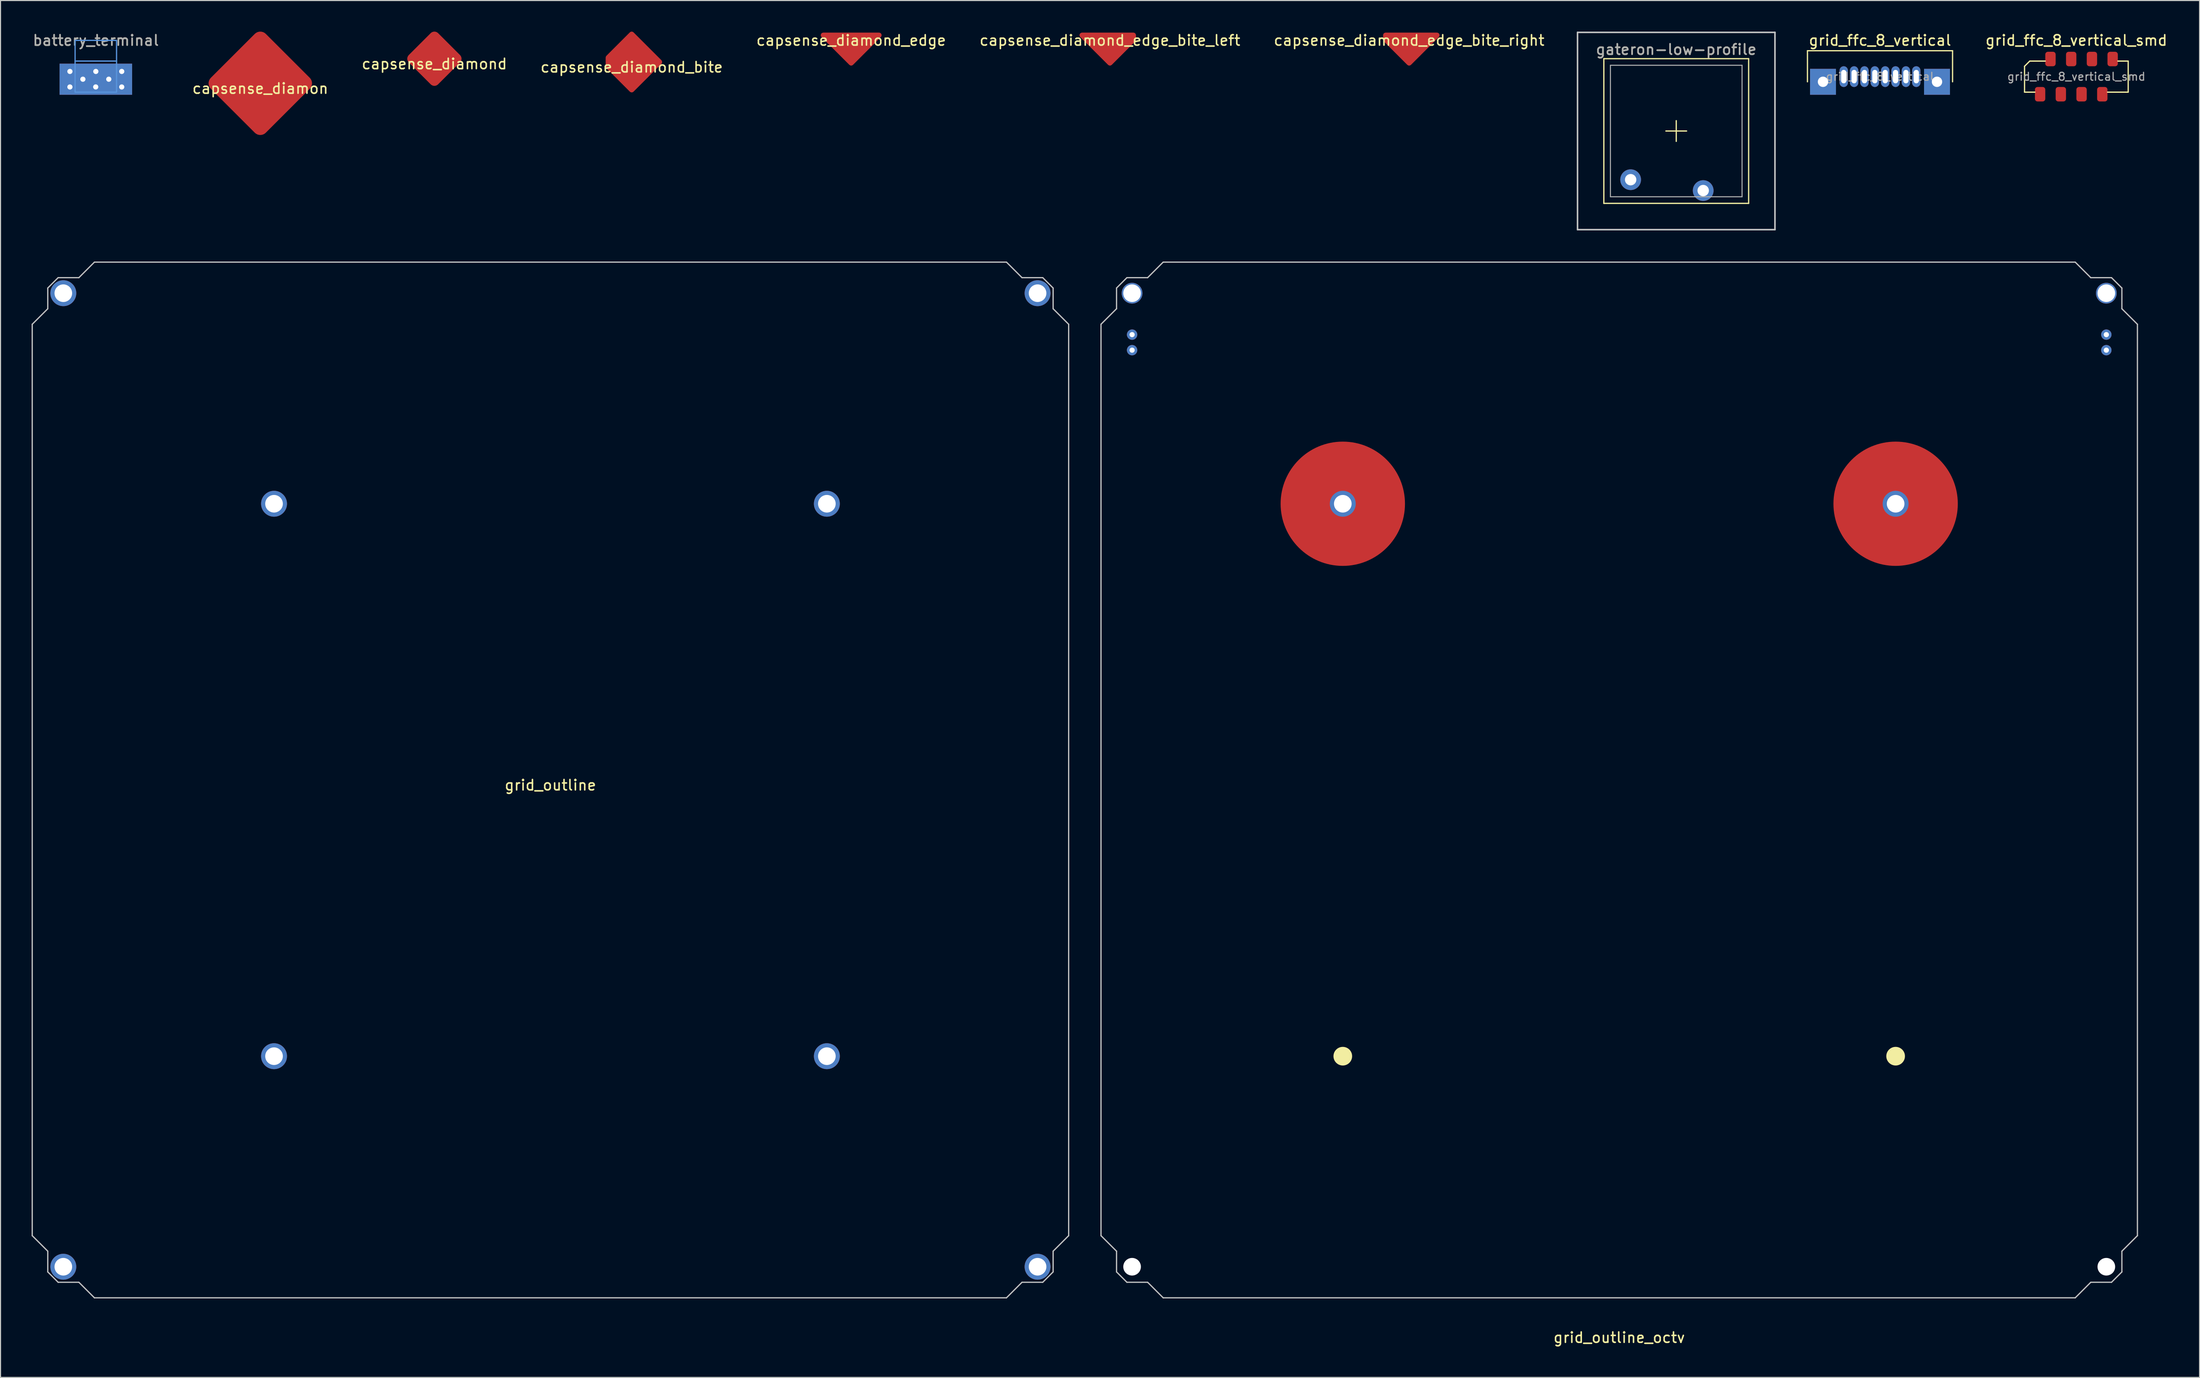
<source format=kicad_pcb>
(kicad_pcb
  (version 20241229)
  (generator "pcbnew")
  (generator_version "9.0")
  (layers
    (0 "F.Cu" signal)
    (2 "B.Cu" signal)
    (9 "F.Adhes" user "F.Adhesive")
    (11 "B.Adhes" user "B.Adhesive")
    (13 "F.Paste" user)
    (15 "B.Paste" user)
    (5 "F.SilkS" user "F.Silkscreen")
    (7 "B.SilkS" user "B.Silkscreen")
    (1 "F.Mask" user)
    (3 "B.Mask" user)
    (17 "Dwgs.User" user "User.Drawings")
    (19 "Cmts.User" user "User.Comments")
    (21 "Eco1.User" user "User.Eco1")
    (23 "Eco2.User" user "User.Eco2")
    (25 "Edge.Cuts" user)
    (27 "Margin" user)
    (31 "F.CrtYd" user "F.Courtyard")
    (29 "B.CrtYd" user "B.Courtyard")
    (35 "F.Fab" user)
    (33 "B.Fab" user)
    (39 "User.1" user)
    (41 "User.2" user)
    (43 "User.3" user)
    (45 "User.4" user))
  (footprint "grid_outline"
    (layer "F.Cu")
    (at 50.06 72.26)
    (property "Reference" "grid_outline" (at 0 0.5 0) (layer "F.SilkS") (effects (font (size 1 1) (thickness 0.15))))
    (attr through_hole)
    (fp_line (start -50 -44) (end -48.5 -45.5) (stroke (width 0.12) (type solid)) (layer "Dwgs.User"))
    (fp_line (start -50 44) (end -50 -44) (stroke (width 0.12) (type solid)) (layer "Dwgs.User"))
    (fp_line (start -48.5 -47.5) (end -47.5 -48.5) (stroke (width 0.12) (type solid)) (layer "Dwgs.User"))
    (fp_line (start -48.5 -45.5) (end -48.5 -47.5) (stroke (width 0.12) (type solid)) (layer "Dwgs.User"))
    (fp_line (start -48.5 45.5) (end -50 44) (stroke (width 0.12) (type solid)) (layer "Dwgs.User"))
    (fp_line (start -48.5 47.5) (end -48.5 45.5) (stroke (width 0.12) (type solid)) (layer "Dwgs.User"))
    (fp_line (start -47.5 -48.5) (end -45.5 -48.5) (stroke (width 0.12) (type solid)) (layer "Dwgs.User"))
    (fp_line (start -47.5 48.5) (end -48.5 47.5) (stroke (width 0.12) (type solid)) (layer "Dwgs.User"))
    (fp_line (start -45.5 -48.5) (end -44 -50) (stroke (width 0.12) (type solid)) (layer "Dwgs.User"))
    (fp_line (start -45.5 48.5) (end -47.5 48.5) (stroke (width 0.12) (type solid)) (layer "Dwgs.User"))
    (fp_line (start -44 -50) (end 44 -50) (stroke (width 0.12) (type solid)) (layer "Dwgs.User"))
    (fp_line (start -44 50) (end -45.5 48.5) (stroke (width 0.12) (type solid)) (layer "Dwgs.User"))
    (fp_line (start 44 -50) (end 45.5 -48.5) (stroke (width 0.12) (type solid)) (layer "Dwgs.User"))
    (fp_line (start 44 50) (end -44 50) (stroke (width 0.12) (type solid)) (layer "Dwgs.User"))
    (fp_line (start 45.5 -48.5) (end 47.5 -48.5) (stroke (width 0.12) (type solid)) (layer "Dwgs.User"))
    (fp_line (start 45.5 48.5) (end 44 50) (stroke (width 0.12) (type solid)) (layer "Dwgs.User"))
    (fp_line (start 47.5 -48.5) (end 48.5 -47.5) (stroke (width 0.12) (type solid)) (layer "Dwgs.User"))
    (fp_line (start 47.5 48.5) (end 45.5 48.5) (stroke (width 0.12) (type solid)) (layer "Dwgs.User"))
    (fp_line (start 48.5 -47.5) (end 48.5 -45.5) (stroke (width 0.12) (type solid)) (layer "Dwgs.User"))
    (fp_line (start 48.5 -45.5) (end 50 -44) (stroke (width 0.12) (type solid)) (layer "Dwgs.User"))
    (fp_line (start 48.5 45.5) (end 48.5 47.5) (stroke (width 0.12) (type solid)) (layer "Dwgs.User"))
    (fp_line (start 48.5 47.5) (end 47.5 48.5) (stroke (width 0.12) (type solid)) (layer "Dwgs.User"))
    (fp_line (start 50 -44) (end 50 44) (stroke (width 0.12) (type solid)) (layer "Dwgs.User"))
    (fp_line (start 50 44) (end 48.5 45.5) (stroke (width 0.12) (type solid)) (layer "Dwgs.User"))
    (pad "1" thru_hole circle (at -47 -47) (size 2.5 2.5) (drill 1.7) (layers "*.Cu" "*.Mask"))
    (pad "2" thru_hole circle (at 47 -47) (size 2.5 2.5) (drill 1.7) (layers "*.Cu" "*.Mask"))
    (pad "3" thru_hole circle (at 47 47) (size 2.5 2.5) (drill 1.7) (layers "*.Cu" "*.Mask"))
    (pad "4" thru_hole circle (at -47 47) (size 2.5 2.5) (drill 1.7) (layers "*.Cu" "*.Mask"))
    (pad "5" thru_hole circle (at -26.67 -26.67) (size 2.5 2.5) (drill 1.7) (layers "*.Cu" "*.Mask"))
    (pad "6" thru_hole circle (at 26.67 -26.67) (size 2.5 2.5) (drill 1.7) (layers "*.Cu" "*.Mask"))
    (pad "7" thru_hole circle (at 26.67 26.67) (size 2.5 2.5) (drill 1.7) (layers "*.Cu" "*.Mask"))
    (pad "8" thru_hole circle (at -26.67 26.67) (size 2.5 2.5) (drill 1.7) (layers "*.Cu" "*.Mask")))
  (footprint "capsense_diamond_bite"
    (layer "F.Cu")
    (at 57.899 2.937)
    (property "Reference" "capsense_diamond_bite" (at 0 0.5 0) (layer "F.SilkS") (effects (font (size 1 1) (thickness 0.15))))
    (attr through_hole)
    (pad "1" smd custom (at 0 0 45) (size 0.25 0.25) (layers "F.Cu") (options (anchor rect)) (primitives (gr_poly (pts (xy -1.9 -1.3) (xy -1.3 -1.9) (xy 1.9 -1.9) (xy 1.9 1.9) (xy -1.9 1.9)) (width 0.5) (fill yes)))))
  (footprint "capsense_diamond_edge"
    (layer "F.Cu")
    (at 79.077 0.348)
    (property "Reference" "capsense_diamond_edge" (at 0 0.5 0) (layer "F.SilkS") (effects (font (size 1 1) (thickness 0.15))))
    (attr through_hole)
    (pad "1" smd custom (at 0 0 315) (size 0.25 0.25) (layers "F.Cu") (options (anchor rect)) (primitives (gr_poly (pts (xy 1.9 -1.9) (xy -1.9 1.9) (xy 1.9 1.9)) (width 0.5) (fill yes)))))
  (footprint "grid_ffc_8_vertical"
    (layer "F.Cu")
    (at 178.343 4.348)
    (property "Reference" "grid_ffc_8_vertical" (at 0 -3.5 0) (layer "F.SilkS") (effects (font (size 1 1) (thickness 0.15))))
    (attr through_hole)
    (fp_line (start -7 -2.5) (end 7 -2.5) (stroke (width 0.12) (type solid)) (layer "F.SilkS"))
    (fp_line (start -7 0.5) (end -7 -2.5) (stroke (width 0.12) (type solid)) (layer "F.SilkS"))
    (fp_line (start 7 -2.5) (end 7 0.5) (stroke (width 0.12) (type solid)) (layer "F.SilkS"))
    (fp_text user "${REFERENCE}" (at 0 0 0) (layer "F.Fab") (effects (font (size 0.76 0.76) (thickness 0.114))))
    (pad "" thru_hole rect (at -5.5 0.5) (size 2.5 2.5) (drill 1) (layers "*.Cu" "*.Mask"))
    (pad "" thru_hole rect (at 5.5 0.5) (size 2.5 2.5) (drill 1) (layers "*.Cu" "*.Mask"))
    (pad "1" thru_hole oval (at 3.5 0) (size 0.8 2) (drill oval 0.5 1.3) (layers "*.Cu" "*.Mask"))
    (pad "2" thru_hole oval (at 2.5 0) (size 0.8 2) (drill oval 0.5 1.3) (layers "*.Cu" "*.Mask"))
    (pad "3" thru_hole oval (at 1.5 0) (size 0.8 2) (drill oval 0.5 1.3) (layers "*.Cu" "*.Mask"))
    (pad "4" thru_hole oval (at 0.5 0) (size 0.8 2) (drill oval 0.5 1.3) (layers "*.Cu" "*.Mask"))
    (pad "5" thru_hole oval (at -0.5 0) (size 0.8 2) (drill oval 0.5 1.3) (layers "*.Cu" "*.Mask"))
    (pad "6" thru_hole oval (at -1.5 0) (size 0.8 2) (drill oval 0.5 1.3) (layers "*.Cu" "*.Mask"))
    (pad "7" thru_hole oval (at -2.5 0) (size 0.8 2) (drill oval 0.5 1.3) (layers "*.Cu" "*.Mask"))
    (pad "8" thru_hole oval (at -3.5 0) (size 0.8 2) (drill oval 0.5 1.3) (layers "*.Cu" "*.Mask")))
  (footprint "capsense_diamond"
    (layer "F.Cu")
    (at 38.863 2.621)
    (property "Reference" "capsense_diamond" (at 0 0.5 0) (layer "F.SilkS") (effects (font (size 1 1) (thickness 0.15))))
    (attr through_hole)
    (pad "1" smd roundrect (at 0 0 45) (size 4 4) (layers "F.Cu") (roundrect_rratio 0.125)))
  (footprint "battery_terminal"
    (layer "F.Cu")
    (at 6.196 2.848)
    (property "Reference" "battery_terminal" (at 0 -1.998 0) (layer "F.SilkS") (effects (font (size 1 1) (thickness 0.15))))
    (attr exclude_from_pos_files exclude_from_bom)
    (fp_rect (start -2 0) (end 2 -2) (stroke (width 0.12) (type solid)) (fill no) (layer "Cmts.User"))
    (fp_rect (start -2 0) (end 2 3) (stroke (width 0.12) (type solid)) (fill no) (layer "Cmts.User"))
    (fp_text user "${REFERENCE}" (at 0 -2 0) (layer "F.Fab") (effects (font (size 1 1) (thickness 0.15))))
    (pad "1" thru_hole circle (at -2.5 1) (size 1 1) (drill 0.5) (layers "*.Cu" "*.Mask"))
    (pad "1" thru_hole circle (at -2.5 2.5) (size 1 1) (drill 0.5) (layers "*.Cu" "*.Mask"))
    (pad "1" thru_hole circle (at -1.25 1.75) (size 1 1) (drill 0.5) (layers "*.Cu" "*.Mask"))
    (pad "1" thru_hole circle (at -0.01 2.496) (size 1 1) (drill 0.5) (layers "*.Cu" "*.Mask"))
    (pad "1" thru_hole circle (at 0 1) (size 1 1) (drill 0.5) (layers "*.Cu" "*.Mask"))
    (pad "1" smd rect (at 0 1.75) (size 7 3) (layers "F.Cu" "F.Mask"))
    (pad "1" smd rect (at 0 1.75) (size 7 3) (layers "B.Cu" "B.Mask"))
    (pad "1" thru_hole circle (at 1.25 1.75) (size 1 1) (drill 0.5) (layers "*.Cu" "*.Mask"))
    (pad "1" thru_hole circle (at 2.5 1) (size 1 1) (drill 0.5) (layers "*.Cu" "*.Mask"))
    (pad "1" thru_hole circle (at 2.5 2.5) (size 1 1) (drill 0.5) (layers "*.Cu" "*.Mask")))
  (footprint "grid_ffc_8_vertical_smd"
    (layer "F.Cu")
    (at 197.29 4.348)
    (property "Reference" "grid_ffc_8_vertical_smd" (at 0 -3.5 0) (layer "F.SilkS") (effects (font (size 1 1) (thickness 0.15))))
    (attr through_hole)
    (fp_line (start -5 -1) (end -4.5 -1.5) (stroke (width 0.12) (type solid)) (layer "F.SilkS"))
    (fp_line (start -5 1.5) (end -5 -1) (stroke (width 0.12) (type solid)) (layer "F.SilkS"))
    (fp_line (start -4.5 -1.5) (end -3 -1.5) (stroke (width 0.12) (type solid)) (layer "F.SilkS"))
    (fp_line (start -4 1.5) (end -5 1.5) (stroke (width 0.12) (type solid)) (layer "F.SilkS"))
    (fp_line (start 4 -1.5) (end 5 -1.5) (stroke (width 0.12) (type solid)) (layer "F.SilkS"))
    (fp_line (start 5 -1.5) (end 5 1.5) (stroke (width 0.12) (type solid)) (layer "F.SilkS"))
    (fp_line (start 5 1.5) (end 3 1.5) (stroke (width 0.12) (type solid)) (layer "F.SilkS"))
    (fp_text user "${REFERENCE}" (at 0 0 0) (layer "F.Fab") (effects (font (size 0.76 0.76) (thickness 0.114))))
    (pad "1" smd roundrect (at -3.5 1.7 180) (size 1 1.4) (layers "F.Cu" "F.Mask" "F.Paste") (roundrect_rratio 0.25))
    (pad "2" smd roundrect (at -2.5 -1.7 180) (size 1 1.4) (layers "F.Cu" "F.Mask" "F.Paste") (roundrect_rratio 0.25))
    (pad "3" smd roundrect (at -1.5 1.7 180) (size 1 1.4) (layers "F.Cu" "F.Mask" "F.Paste") (roundrect_rratio 0.25))
    (pad "4" smd roundrect (at -0.5 -1.7 180) (size 1 1.4) (layers "F.Cu" "F.Mask" "F.Paste") (roundrect_rratio 0.25))
    (pad "5" smd roundrect (at 0.5 1.7 180) (size 1 1.4) (layers "F.Cu" "F.Mask" "F.Paste") (roundrect_rratio 0.25))
    (pad "6" smd roundrect (at 1.5 -1.7 180) (size 1 1.4) (layers "F.Cu" "F.Mask" "F.Paste") (roundrect_rratio 0.25))
    (pad "7" smd roundrect (at 2.5 1.7 180) (size 1 1.4) (layers "F.Cu" "F.Mask" "F.Paste") (roundrect_rratio 0.25))
    (pad "8" smd roundrect (at 3.5 -1.7 180) (size 1 1.4) (layers "F.Cu" "F.Mask" "F.Paste") (roundrect_rratio 0.25)))
  (footprint "grid_outline_octv"
    (layer "F.Cu")
    (at 153.18 72.26)
    (property "Reference" "grid_outline_octv" (at 0 53.84 0) (layer "F.SilkS") (effects (font (size 1 1) (thickness 0.15))))
    (fp_circle (center -26.67 26.67) (end -25.82 26.67) (stroke (width 0.1) (type solid)) (fill yes) (layer "F.SilkS"))
    (fp_circle (center 26.67 26.67) (end 27.52 26.67) (stroke (width 0.1) (type solid)) (fill yes) (layer "F.SilkS"))
    (fp_line (start -50 -44) (end -48.5 -45.5) (stroke (width 0.12) (type solid)) (layer "Dwgs.User"))
    (fp_line (start -50 44) (end -50 -44) (stroke (width 0.12) (type solid)) (layer "Dwgs.User"))
    (fp_line (start -48.5 -47.5) (end -47.5 -48.5) (stroke (width 0.12) (type solid)) (layer "Dwgs.User"))
    (fp_line (start -48.5 -45.5) (end -48.5 -47.5) (stroke (width 0.12) (type solid)) (layer "Dwgs.User"))
    (fp_line (start -48.5 45.5) (end -50 44) (stroke (width 0.12) (type solid)) (layer "Dwgs.User"))
    (fp_line (start -48.5 47.5) (end -48.5 45.5) (stroke (width 0.12) (type solid)) (layer "Dwgs.User"))
    (fp_line (start -47.5 -48.5) (end -45.5 -48.5) (stroke (width 0.12) (type solid)) (layer "Dwgs.User"))
    (fp_line (start -47.5 48.5) (end -48.5 47.5) (stroke (width 0.12) (type solid)) (layer "Dwgs.User"))
    (fp_line (start -45.5 -48.5) (end -44 -50) (stroke (width 0.12) (type solid)) (layer "Dwgs.User"))
    (fp_line (start -45.5 48.5) (end -47.5 48.5) (stroke (width 0.12) (type solid)) (layer "Dwgs.User"))
    (fp_line (start -44 -50) (end 44 -50) (stroke (width 0.12) (type solid)) (layer "Dwgs.User"))
    (fp_line (start -44 50) (end -45.5 48.5) (stroke (width 0.12) (type solid)) (layer "Dwgs.User"))
    (fp_line (start 44 -50) (end 45.5 -48.5) (stroke (width 0.12) (type solid)) (layer "Dwgs.User"))
    (fp_line (start 44 50) (end -44 50) (stroke (width 0.12) (type solid)) (layer "Dwgs.User"))
    (fp_line (start 45.5 -48.5) (end 47.5 -48.5) (stroke (width 0.12) (type solid)) (layer "Dwgs.User"))
    (fp_line (start 45.5 48.5) (end 44 50) (stroke (width 0.12) (type solid)) (layer "Dwgs.User"))
    (fp_line (start 47.5 -48.5) (end 48.5 -47.5) (stroke (width 0.12) (type solid)) (layer "Dwgs.User"))
    (fp_line (start 47.5 48.5) (end 45.5 48.5) (stroke (width 0.12) (type solid)) (layer "Dwgs.User"))
    (fp_line (start 48.5 -47.5) (end 48.5 -45.5) (stroke (width 0.12) (type solid)) (layer "Dwgs.User"))
    (fp_line (start 48.5 -45.5) (end 50 -44) (stroke (width 0.12) (type solid)) (layer "Dwgs.User"))
    (fp_line (start 48.5 45.5) (end 48.5 47.5) (stroke (width 0.12) (type solid)) (layer "Dwgs.User"))
    (fp_line (start 48.5 47.5) (end 47.5 48.5) (stroke (width 0.12) (type solid)) (layer "Dwgs.User"))
    (fp_line (start 50 -44) (end 50 44) (stroke (width 0.12) (type solid)) (layer "Dwgs.User"))
    (fp_line (start 50 44) (end 48.5 45.5) (stroke (width 0.12) (type solid)) (layer "Dwgs.User"))
    (pad "" np_thru_hole circle (at -47 47) (size 1.7 1.7) (drill 1.7) (layers "*.Cu" "*.Mask"))
    (pad "" np_thru_hole circle (at 47 47) (size 1.7 1.7) (drill 1.7) (layers "*.Cu" "*.Mask"))
    (pad "1" thru_hole circle (at -47 -47) (size 2 2) (drill 1.7) (layers "*.Cu" "*.Mask"))
    (pad "2" thru_hole circle (at 47 -47) (size 2 2) (drill 1.7) (layers "*.Cu" "*.Mask"))
    (pad "3" thru_hole circle (at -47 -43) (size 1 1) (drill 0.5) (layers "*.Cu" "*.Mask"))
    (pad "4" thru_hole circle (at -47 -41.5) (size 1 1) (drill 0.5) (layers "*.Cu" "*.Mask"))
    (pad "5" thru_hole circle (at -26.67 -26.67) (size 2.5 2.5) (drill 1.7) (layers "*.Cu" "*.Mask"))
    (pad "5" smd circle (at -26.67 -26.67) (size 12 12) (layers "F.Cu" "F.Mask"))
    (pad "6" thru_hole circle (at 26.67 -26.67) (size 2.5 2.5) (drill 1.7) (layers "*.Cu" "*.Mask"))
    (pad "6" smd circle (at 26.67 -26.67) (size 12 12) (layers "F.Cu" "F.Mask"))
    (pad "7" thru_hole circle (at 47 -43) (size 1 1) (drill 0.5) (layers "*.Cu" "*.Mask"))
    (pad "8" thru_hole circle (at 47 -41.5) (size 1 1) (drill 0.5) (layers "*.Cu" "*.Mask")))
  (footprint "gateron-low-profile"
    (layer "F.Cu")
    (at 158.683 9.6)
    (property "Reference" "gateron-low-profile" (at 0 -7.874 0) (layer "F.SilkS") (effects (font (size 1 1) (thickness 0.15))))
    (attr through_hole)
    (fp_line (start -6.985 -6.985) (end 6.985 -6.985) (stroke (width 0.12) (type solid)) (layer "F.SilkS"))
    (fp_line (start -6.985 6.985) (end -6.985 -6.985) (stroke (width 0.12) (type solid)) (layer "F.SilkS"))
    (fp_line (start 0 0) (end -1 0) (stroke (width 0.12) (type default)) (layer "F.SilkS"))
    (fp_line (start 0 0) (end 0 -1) (stroke (width 0.12) (type default)) (layer "F.SilkS"))
    (fp_line (start 0 0) (end 0 1) (stroke (width 0.12) (type default)) (layer "F.SilkS"))
    (fp_line (start 0 0) (end 1 0) (stroke (width 0.12) (type default)) (layer "F.SilkS"))
    (fp_line (start 6.985 -6.985) (end 6.985 6.985) (stroke (width 0.12) (type solid)) (layer "F.SilkS"))
    (fp_line (start 6.985 6.985) (end -6.985 6.985) (stroke (width 0.12) (type solid)) (layer "F.SilkS"))
    (fp_line (start -9.525 -9.525) (end 9.525 -9.525) (stroke (width 0.15) (type solid)) (layer "Dwgs.User"))
    (fp_line (start -9.525 9.525) (end -9.525 -9.525) (stroke (width 0.15) (type solid)) (layer "Dwgs.User"))
    (fp_line (start 9.525 -9.525) (end 9.525 9.525) (stroke (width 0.15) (type solid)) (layer "Dwgs.User"))
    (fp_line (start 9.525 9.525) (end -9.525 9.525) (stroke (width 0.15) (type solid)) (layer "Dwgs.User"))
    (fp_line (start -6.35 -6.35) (end 6.35 -6.35) (stroke (width 0.1) (type solid)) (layer "F.Fab"))
    (fp_line (start -6.35 6.35) (end -6.35 -6.35) (stroke (width 0.1) (type solid)) (layer "F.Fab"))
    (fp_line (start 6.35 -6.35) (end 6.35 6.35) (stroke (width 0.1) (type solid)) (layer "F.Fab"))
    (fp_line (start 6.35 6.35) (end -6.35 6.35) (stroke (width 0.1) (type solid)) (layer "F.Fab"))
    (fp_text user "${REFERENCE}" (at 0 -7.874 0) (layer "F.Fab") (effects (font (size 1 1) (thickness 0.15))))
    (pad "1" thru_hole circle (at 2.6 5.75 180) (size 2 2) (drill 1.1) (layers "*.Cu" "*.Mask"))
    (pad "2" thru_hole circle (at -4.4 4.7 180) (size 2 2) (drill 1.1) (layers "*.Cu" "*.Mask")))
  (footprint "capsense_diamond_edge_bite_right"
    (layer "F.Cu")
    (at 132.911 0.348)
    (property "Reference" "capsense_diamond_edge_bite_right" (at 0 0.5 0) (layer "F.SilkS") (effects (font (size 1 1) (thickness 0.15))))
    (attr through_hole)
    (pad "1" smd custom (at 0 0 45) (size 0.25 0.25) (layers "F.Cu") (options (anchor rect)) (primitives (gr_poly (pts (xy -1.9 -1.3) (xy -1.6 -1.6) (xy 1.9 1.9) (xy -1.9 1.9)) (width 0.5) (fill yes)))))
  (footprint "capsense_diamond_edge_bite_left"
    (layer "F.Cu")
    (at 104.042 0.348)
    (property "Reference" "capsense_diamond_edge_bite_left" (at 0 0.5 0) (layer "F.SilkS") (effects (font (size 1 1) (thickness 0.15))))
    (attr through_hole)
    (pad "1" smd custom (at 0 0 315) (size 0.25 0.25) (layers "F.Cu") (options (anchor rect)) (primitives (gr_poly (pts (xy 1.9 -1.3) (xy 1.6 -1.6) (xy -1.9 1.9) (xy 1.9 1.9)) (width 0.5) (fill yes)))))
  (footprint "capsense_diamon"
    (layer "F.Cu")
    (at 22.065 4.993)
    (property "Reference" "capsense_diamon" (at 0 0.5 0) (layer "F.SilkS") (effects (font (size 1 1) (thickness 0.15))))
    (attr through_hole)
    (pad "1" smd roundrect (at 0 0 45) (size 7.5 7.5) (layers "F.Cu" "F.Mask" "F.Paste") (roundrect_rratio 0.1)))
  (gr_rect
    (start -3 -3)
    (end 209.177 129.948)
    (stroke (width 0.1) (type default))
    (fill no)
    (layer "Edge.Cuts")))
</source>
